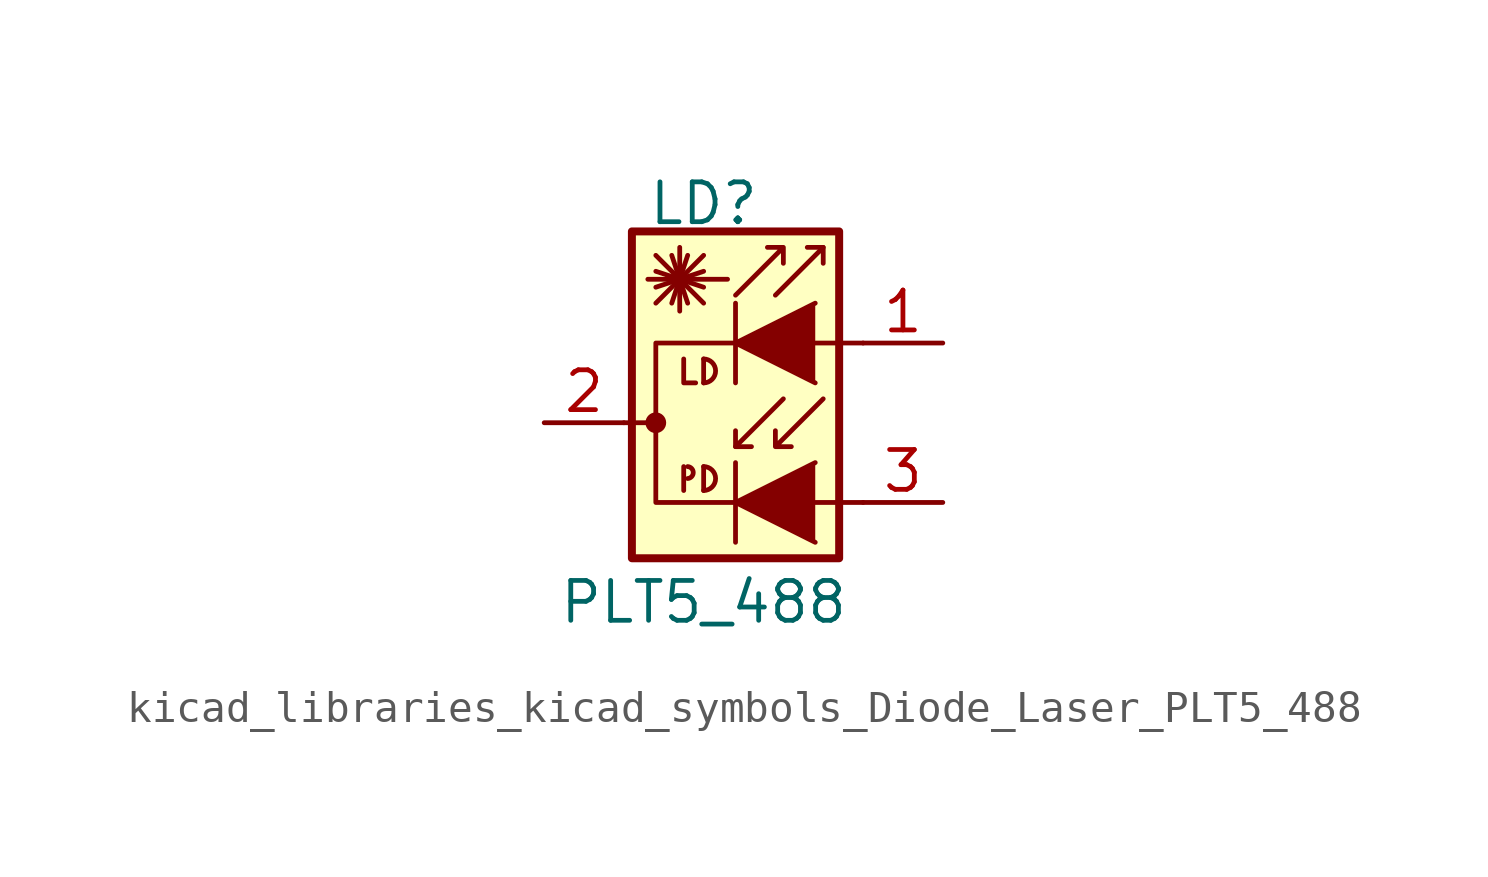
<source format=kicad_sym>
(kicad_symbol_lib
  (version 20220914)
  (generator kicad_symbol_editor)
  (symbol "kicad_libraries_kicad_symbols_Diode_Laser_PLT5_488"
    (pin_names
      (offset 1.016) hide)
    (property "Reference" "LD"
      (at 0 6.985 0)
      (effects (font (size 1.27 1.27))))
    (property "Value" "PLT5_488"
      (at 0 -5.715 0)
      (effects (font (size 1.27 1.27))))
    (symbol "kicad_libraries_kicad_symbols_Diode_Laser_PLT5_488_0_1"
      (circle (center -1.524 0) (radius 0.254) (stroke (width 0) (type default)) (fill (type outline)))
      (arc (start -0.508 -1.778) (mid -0.3302 -1.6002) (end -0.508 -1.397) (stroke (width 0) (type default)) (fill (type none)))
      (arc (start 0 -2.159) (mid 0.3794 -1.778) (end 0 -1.397) (stroke (width 0) (type default)) (fill (type none)))
      (polyline (pts (xy -2.54 0) (xy -1.524 0)) (stroke (width 0) (type default)) (fill (type none)))
      (polyline (pts (xy -1.524 3.81) (xy 0 5.334)) (stroke (width 0) (type default)) (fill (type none)))
      (polyline (pts (xy -1.524 4.318) (xy 0 4.826)) (stroke (width 0) (type default)) (fill (type none)))
      (polyline (pts (xy -1.524 4.826) (xy 0 4.318)) (stroke (width 0) (type default)) (fill (type none)))
      (polyline (pts (xy -1.524 5.334) (xy 0 3.81)) (stroke (width 0) (type default)) (fill (type none)))
      (polyline (pts (xy -1.016 5.334) (xy -0.508 3.81)) (stroke (width 0) (type default)) (fill (type none)))
      (polyline (pts (xy -0.762 4.572) (xy -0.762 3.556)) (stroke (width 0) (type default)) (fill (type none)))
      (polyline (pts (xy -0.762 4.572) (xy -0.762 5.588)) (stroke (width 0) (type default)) (fill (type none)))
      (polyline (pts (xy -0.635 -1.397) (xy -0.635 -2.159)) (stroke (width 0) (type default)) (fill (type none)))
      (polyline (pts (xy -0.508 5.334) (xy -1.016 3.81)) (stroke (width 0) (type default)) (fill (type none)))
      (polyline (pts (xy 0 -1.397) (xy 0 -2.159)) (stroke (width 0) (type default)) (fill (type none)))
      (polyline (pts (xy 0 2.032) (xy 0 1.27)) (stroke (width 0) (type default)) (fill (type none)))
      (polyline (pts (xy 0.762 4.572) (xy -1.778 4.572)) (stroke (width 0) (type default)) (fill (type none)))
      (polyline (pts (xy 1.016 -1.27) (xy 1.016 -3.81)) (stroke (width 0.152) (type default)) (fill (type none)))
      (polyline (pts (xy 1.016 -0.762) (xy 1.524 -0.762)) (stroke (width 0) (type default)) (fill (type none)))
      (polyline (pts (xy 1.016 3.81) (xy 1.016 1.27)) (stroke (width 0.152) (type default)) (fill (type none)))
      (polyline (pts (xy 3.81 5.588) (xy 3.302 5.588)) (stroke (width 0) (type default)) (fill (type none)))
      (polyline (pts (xy -0.635 2.032) (xy -0.635 1.27) (xy -0.254 1.27)) (stroke (width 0) (type default)) (fill (type none)))
      (polyline (pts (xy 2.286 4.064) (xy 3.81 5.588) (xy 3.81 5.08)) (stroke (width 0) (type default)) (fill (type none)))
      (polyline (pts (xy 2.54 0.762) (xy 1.016 -0.762) (xy 1.016 -0.254)) (stroke (width 0) (type default)) (fill (type none)))
      (polyline (pts (xy 3.556 -1.27) (xy 1.016 -2.54) (xy 3.556 -3.81)) (stroke (width 0) (type default)) (fill (type outline)))
      (polyline (pts (xy 3.556 3.81) (xy 1.016 2.54) (xy 3.556 1.27)) (stroke (width 0) (type default)) (fill (type outline)))
      (polyline (pts (xy 5.08 2.54) (xy -1.524 2.54) (xy -1.524 -2.54) (xy 5.08 -2.54)) (stroke (width 0) (type default)) (fill (type none)))
      (polyline (pts (xy 1.016 4.064) (xy 2.54 5.588) (xy 2.54 5.08) (xy 2.54 5.588) (xy 2.032 5.588)) (stroke (width 0) (type default)) (fill (type none)))
      (polyline (pts (xy 3.81 0.762) (xy 2.286 -0.762) (xy 2.286 -0.254) (xy 2.286 -0.762) (xy 2.794 -0.762)) (stroke (width 0) (type default)) (fill (type none)))
      (arc (start 0 1.27) (mid 0.3794 1.651) (end 0 2.032) (stroke (width 0) (type default)) (fill (type none)))
      (rectangle (start 4.318 6.096) (end -2.286 -4.318) (stroke (width 0.254) (type default)) (fill (type background))))
    (symbol "kicad_libraries_kicad_symbols_Diode_Laser_PLT5_488_1_1"
      (pin passive line (at 7.62 2.54 180) (length 2.54) (name "~" (effects (font (size 1.27 1.27)))) (number "1" (effects (font (size 1.27 1.27)))))
      (pin passive line (at -5.08 0 0) (length 2.54) (name "~" (effects (font (size 1.27 1.27)))) (number "2" (effects (font (size 1.27 1.27)))))
      (pin passive line (at 7.62 -2.54 180) (length 2.54) (name "~" (effects (font (size 1.27 1.27)))) (number "3" (effects (font (size 1.27 1.27))))))))
</source>
